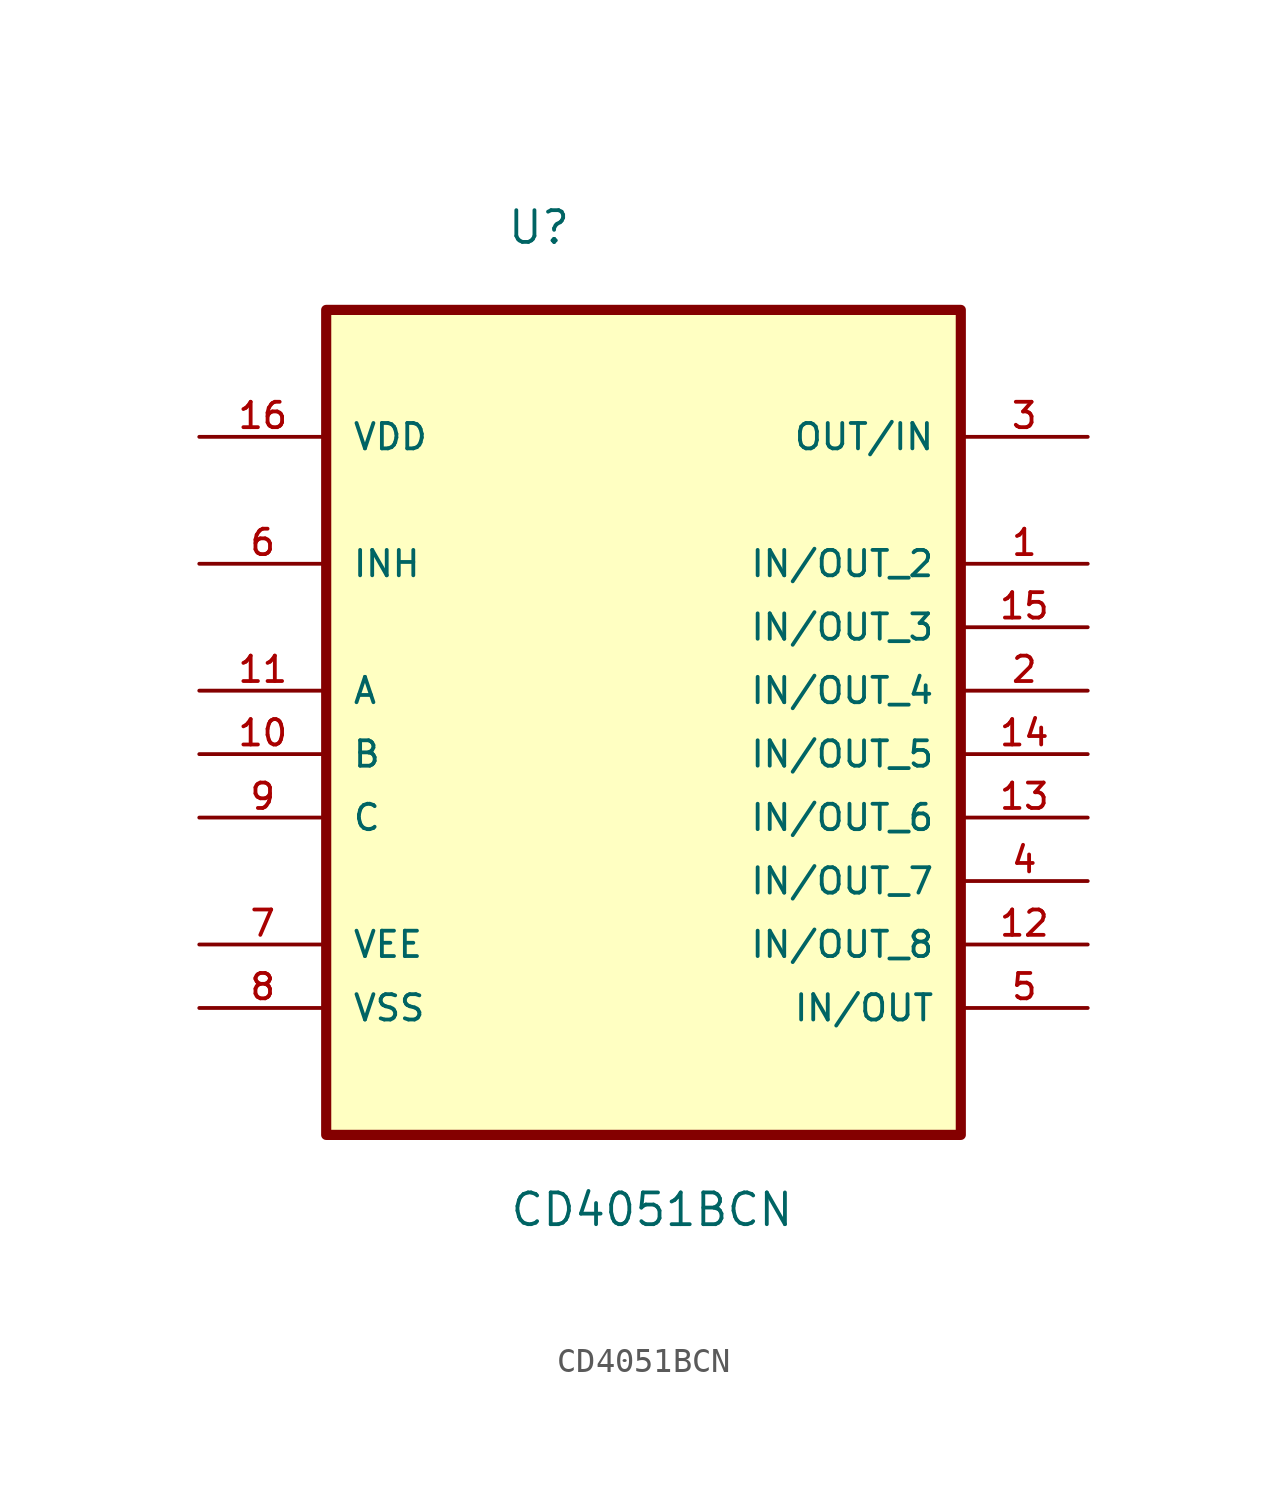
<source format=kicad_sym>
(kicad_symbol_lib
  (version 20220914)
  (generator kicad_symbol_editor)
  (symbol "CD4051BCN"
    (pin_names
      (offset 1.016))
    (property "Reference" "U"
      (at -5.493 15.258 0)
      (effects (font (size 1.27 1.27)) (justify left bottom)))
    (property "Value" "CD4051BCN"
      (at -5.386 -24.057 0)
      (effects (font (size 1.27 1.27)) (justify left bottom)))
    (symbol "CD4051BCN_0_0"
      (rectangle (start -12.7 -20.32) (end 12.7 12.7) (stroke (width 0.406) (type default)) (fill (type background)))
      (pin bidirectional line (at 17.78 2.54 180) (length 5.08) (name "IN/OUT_2" (effects (font (size 1.016 1.016)))) (number "1" (effects (font (size 1.016 1.016)))))
      (pin input line (at -17.78 -5.08 0) (length 5.08) (name "B" (effects (font (size 1.016 1.016)))) (number "10" (effects (font (size 1.016 1.016)))))
      (pin input line (at -17.78 -2.54 0) (length 5.08) (name "A" (effects (font (size 1.016 1.016)))) (number "11" (effects (font (size 1.016 1.016)))))
      (pin bidirectional line (at 17.78 -12.7 180) (length 5.08) (name "IN/OUT_8" (effects (font (size 1.016 1.016)))) (number "12" (effects (font (size 1.016 1.016)))))
      (pin bidirectional line (at 17.78 -7.62 180) (length 5.08) (name "IN/OUT_6" (effects (font (size 1.016 1.016)))) (number "13" (effects (font (size 1.016 1.016)))))
      (pin bidirectional line (at 17.78 -5.08 180) (length 5.08) (name "IN/OUT_5" (effects (font (size 1.016 1.016)))) (number "14" (effects (font (size 1.016 1.016)))))
      (pin bidirectional line (at 17.78 0 180) (length 5.08) (name "IN/OUT_3" (effects (font (size 1.016 1.016)))) (number "15" (effects (font (size 1.016 1.016)))))
      (pin power_in line (at -17.78 7.62 0) (length 5.08) (name "VDD" (effects (font (size 1.016 1.016)))) (number "16" (effects (font (size 1.016 1.016)))))
      (pin bidirectional line (at 17.78 -2.54 180) (length 5.08) (name "IN/OUT_4" (effects (font (size 1.016 1.016)))) (number "2" (effects (font (size 1.016 1.016)))))
      (pin bidirectional line (at 17.78 7.62 180) (length 5.08) (name "OUT/IN" (effects (font (size 1.016 1.016)))) (number "3" (effects (font (size 1.016 1.016)))))
      (pin bidirectional line (at 17.78 -10.16 180) (length 5.08) (name "IN/OUT_7" (effects (font (size 1.016 1.016)))) (number "4" (effects (font (size 1.016 1.016)))))
      (pin bidirectional line (at 17.78 -15.24 180) (length 5.08) (name "IN/OUT" (effects (font (size 1.016 1.016)))) (number "5" (effects (font (size 1.016 1.016)))))
      (pin passive line (at -17.78 2.54 0) (length 5.08) (name "INH" (effects (font (size 1.016 1.016)))) (number "6" (effects (font (size 1.016 1.016)))))
      (pin power_in line (at -17.78 -12.7 0) (length 5.08) (name "VEE" (effects (font (size 1.016 1.016)))) (number "7" (effects (font (size 1.016 1.016)))))
      (pin power_in line (at -17.78 -15.24 0) (length 5.08) (name "VSS" (effects (font (size 1.016 1.016)))) (number "8" (effects (font (size 1.016 1.016)))))
      (pin input line (at -17.78 -7.62 0) (length 5.08) (name "C" (effects (font (size 1.016 1.016)))) (number "9" (effects (font (size 1.016 1.016))))))))
</source>
